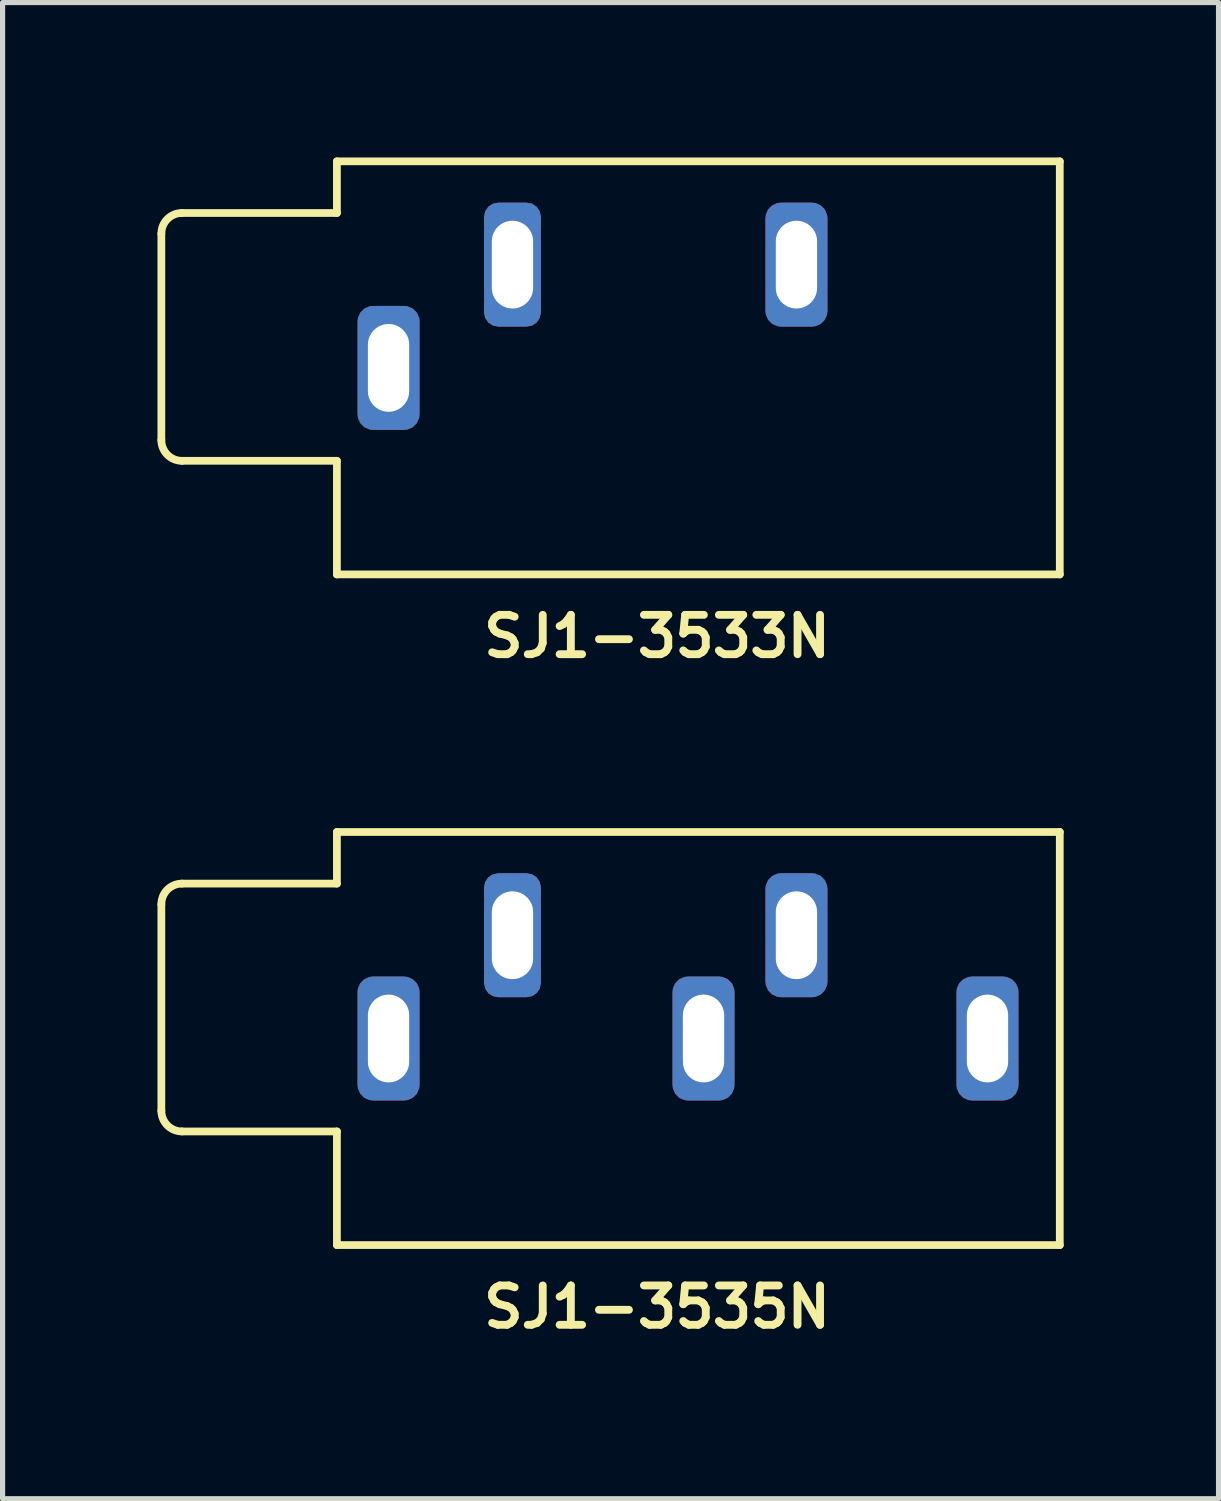
<source format=kicad_pcb>
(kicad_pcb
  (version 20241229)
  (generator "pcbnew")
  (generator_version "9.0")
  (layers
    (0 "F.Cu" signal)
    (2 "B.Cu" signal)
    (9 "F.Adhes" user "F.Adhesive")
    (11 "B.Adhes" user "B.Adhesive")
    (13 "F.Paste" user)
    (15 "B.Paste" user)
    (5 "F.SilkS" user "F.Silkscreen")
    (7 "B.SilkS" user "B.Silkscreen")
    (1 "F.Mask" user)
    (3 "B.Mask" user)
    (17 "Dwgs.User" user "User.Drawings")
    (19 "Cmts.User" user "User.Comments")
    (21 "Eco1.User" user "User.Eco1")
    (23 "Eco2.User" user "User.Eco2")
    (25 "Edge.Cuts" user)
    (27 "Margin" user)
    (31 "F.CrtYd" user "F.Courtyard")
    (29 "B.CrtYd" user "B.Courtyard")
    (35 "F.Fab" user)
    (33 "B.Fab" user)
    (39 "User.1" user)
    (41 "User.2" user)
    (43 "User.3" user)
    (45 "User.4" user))
  (footprint "SJ1-3535N"
    (layer "F.Cu")
    (at 4.475 16.063)
    (property "Reference" "SJ1-3535N" (at 5.2 6.2 0) (layer "F.SilkS") (effects (font (size 0.762 0.762) (thickness 0.152))))
    (attr through_hole)
    (fp_line (start -4.4 -1.6) (end -4.4 2.4) (stroke (width 0.15) (type solid)) (layer "F.SilkS"))
    (fp_line (start -4 -2) (end -1 -2) (stroke (width 0.15) (type solid)) (layer "F.SilkS"))
    (fp_line (start -1 -3) (end 13 -3) (stroke (width 0.15) (type solid)) (layer "F.SilkS"))
    (fp_line (start -1 -2) (end -1 -3) (stroke (width 0.15) (type solid)) (layer "F.SilkS"))
    (fp_line (start -1 2.8) (end -4 2.8) (stroke (width 0.15) (type solid)) (layer "F.SilkS"))
    (fp_line (start -1 5) (end -1 2.8) (stroke (width 0.15) (type solid)) (layer "F.SilkS"))
    (fp_line (start 13 -3) (end 13 5) (stroke (width 0.15) (type solid)) (layer "F.SilkS"))
    (fp_line (start 13 5) (end -1 5) (stroke (width 0.15) (type solid)) (layer "F.SilkS"))
    (fp_arc (start -4.4 -1.6) (mid -4.282843 -1.882843) (end -4 -2) (stroke (width 0.15) (type solid)) (layer "F.SilkS"))
    (fp_arc (start -4 2.8) (mid -4.282843 2.682843) (end -4.4 2.4) (stroke (width 0.15) (type solid)) (layer "F.SilkS"))
    (pad "1" thru_hole roundrect (at 0 1) (size 1.2 2.4) (drill oval 0.8 1.7) (layers "*.Cu" "*.Mask") (roundrect_rratio 0.25))
    (pad "2" thru_hole roundrect (at 2.4 -1) (size 1.1 2.4) (drill oval 0.8 1.7) (layers "*.Cu" "*.Mask") (roundrect_rratio 0.25))
    (pad "3" thru_hole roundrect (at 7.9 -1) (size 1.2 2.4) (drill oval 0.8 1.7) (layers "*.Cu" "*.Mask") (roundrect_rratio 0.25))
    (pad "4" thru_hole roundrect (at 11.6 1) (size 1.2 2.4) (drill oval 0.8 1.7) (layers "*.Cu" "*.Mask") (roundrect_rratio 0.25))
    (pad "5" thru_hole roundrect (at 6.1 1) (size 1.2 2.4) (drill oval 0.8 1.7) (layers "*.Cu" "*.Mask") (roundrect_rratio 0.25)))
  (footprint "SJ1-3533N"
    (layer "F.Cu")
    (at 4.475 3.075)
    (property "Reference" "SJ1-3533N" (at 5.2 6.2 0) (layer "F.SilkS") (effects (font (size 0.762 0.762) (thickness 0.152))))
    (attr through_hole)
    (fp_line (start -4.4 -1.6) (end -4.4 2.4) (stroke (width 0.15) (type solid)) (layer "F.SilkS"))
    (fp_line (start -4 -2) (end -1 -2) (stroke (width 0.15) (type solid)) (layer "F.SilkS"))
    (fp_line (start -1 -3) (end 13 -3) (stroke (width 0.15) (type solid)) (layer "F.SilkS"))
    (fp_line (start -1 -2) (end -1 -3) (stroke (width 0.15) (type solid)) (layer "F.SilkS"))
    (fp_line (start -1 2.8) (end -4 2.8) (stroke (width 0.15) (type solid)) (layer "F.SilkS"))
    (fp_line (start -1 5) (end -1 2.8) (stroke (width 0.15) (type solid)) (layer "F.SilkS"))
    (fp_line (start 13 -3) (end 13 5) (stroke (width 0.15) (type solid)) (layer "F.SilkS"))
    (fp_line (start 13 5) (end -1 5) (stroke (width 0.15) (type solid)) (layer "F.SilkS"))
    (fp_arc (start -4.4 -1.6) (mid -4.282843 -1.882843) (end -4 -2) (stroke (width 0.15) (type solid)) (layer "F.SilkS"))
    (fp_arc (start -4 2.8) (mid -4.282843 2.682843) (end -4.4 2.4) (stroke (width 0.15) (type solid)) (layer "F.SilkS"))
    (pad "1" thru_hole roundrect (at 0 1) (size 1.2 2.4) (drill oval 0.8 1.7) (layers "*.Cu" "*.Mask") (roundrect_rratio 0.25))
    (pad "2" thru_hole roundrect (at 2.4 -1) (size 1.1 2.4) (drill oval 0.8 1.7) (layers "*.Cu" "*.Mask") (roundrect_rratio 0.25))
    (pad "3" thru_hole roundrect (at 7.9 -1) (size 1.2 2.4) (drill oval 0.8 1.7) (layers "*.Cu" "*.Mask") (roundrect_rratio 0.25)))
  (gr_rect
    (start -3 -3)
    (end 20.55 25.976)
    (stroke (width 0.1) (type default))
    (fill no)
    (layer "Edge.Cuts")))
</source>
